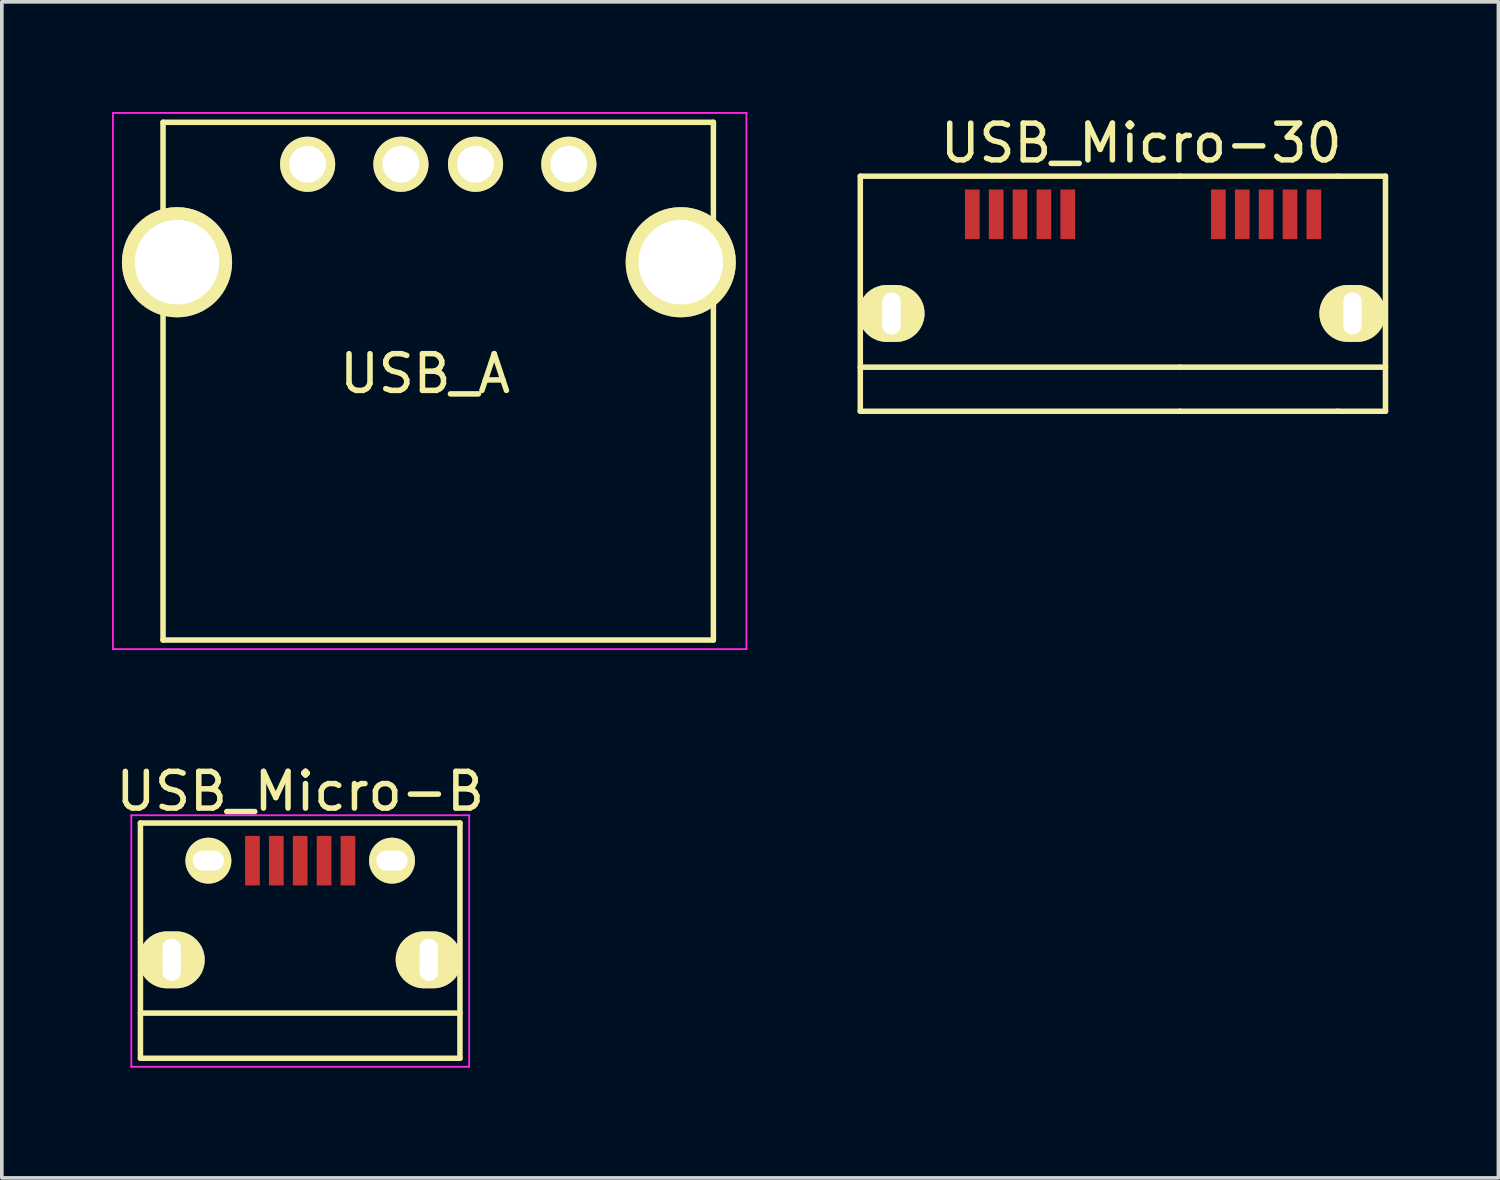
<source format=kicad_pcb>
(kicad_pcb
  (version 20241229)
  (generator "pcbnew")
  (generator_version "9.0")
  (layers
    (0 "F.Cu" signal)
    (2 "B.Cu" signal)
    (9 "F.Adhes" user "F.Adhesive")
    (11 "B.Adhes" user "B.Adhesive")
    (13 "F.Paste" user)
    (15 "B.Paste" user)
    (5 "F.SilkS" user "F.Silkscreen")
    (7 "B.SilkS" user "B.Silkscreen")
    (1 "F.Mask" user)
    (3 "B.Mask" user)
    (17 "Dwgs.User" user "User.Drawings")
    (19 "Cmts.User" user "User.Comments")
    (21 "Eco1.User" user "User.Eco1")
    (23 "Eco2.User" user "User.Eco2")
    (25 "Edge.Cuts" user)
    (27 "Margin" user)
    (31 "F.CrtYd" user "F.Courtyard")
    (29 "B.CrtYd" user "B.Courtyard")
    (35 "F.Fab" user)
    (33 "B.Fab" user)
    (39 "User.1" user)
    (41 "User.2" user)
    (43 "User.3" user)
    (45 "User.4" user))
  (footprint "USB_Micro-B"
    (layer "F.Cu")
    (at 5.125 21.948)
    (property "Reference" "USB_Micro-B" (at 0 -3.45 0) (layer "F.SilkS") (effects (font (size 1 1) (thickness 0.15))))
    (attr smd)
    (fp_line (start -4.351 -2.588) (end 4.349 -2.588) (stroke (width 0.15) (type solid)) (layer "F.SilkS"))
    (fp_line (start -4.351 3.817) (end -4.351 -2.588) (stroke (width 0.15) (type solid)) (layer "F.SilkS"))
    (fp_line (start -4.351 3.817) (end 4.349 3.817) (stroke (width 0.15) (type solid)) (layer "F.SilkS"))
    (fp_line (start 4.349 -2.588) (end 4.349 3.817) (stroke (width 0.15) (type solid)) (layer "F.SilkS"))
    (fp_line (start 4.349 2.587) (end -4.351 2.587) (stroke (width 0.15) (type solid)) (layer "F.SilkS"))
    (fp_line (start -4.6 -2.8) (end 4.6 -2.8) (stroke (width 0.05) (type solid)) (layer "F.CrtYd"))
    (fp_line (start -4.6 4.05) (end -4.6 -2.8) (stroke (width 0.05) (type solid)) (layer "F.CrtYd"))
    (fp_line (start 4.6 -2.8) (end 4.6 4.05) (stroke (width 0.05) (type solid)) (layer "F.CrtYd"))
    (fp_line (start 4.6 4.05) (end -4.6 4.05) (stroke (width 0.05) (type solid)) (layer "F.CrtYd"))
    (pad "1" smd rect (at -1.301 -1.563 90) (size 1.35 0.4) (layers "F.Cu" "F.Mask" "F.Paste"))
    (pad "2" smd rect (at -0.651 -1.563 90) (size 1.35 0.4) (layers "F.Cu" "F.Mask" "F.Paste"))
    (pad "3" smd rect (at -0.001 -1.563 90) (size 1.35 0.4) (layers "F.Cu" "F.Mask" "F.Paste"))
    (pad "4" smd rect (at 0.649 -1.563 90) (size 1.35 0.4) (layers "F.Cu" "F.Mask" "F.Paste"))
    (pad "5" smd rect (at 1.299 -1.563 90) (size 1.35 0.4) (layers "F.Cu" "F.Mask" "F.Paste"))
    (pad "6" thru_hole oval (at 2.499 -1.563 90) (size 1.25 1.25) (drill oval 0.55 0.85) (layers "*.Cu" "*.Mask" "F.SilkS"))
    (pad "7" thru_hole oval (at 3.499 1.137 90) (size 1.55 1.8) (drill oval 1.15 0.5) (layers "*.Cu" "*.Mask" "F.SilkS"))
    (pad "8" thru_hole oval (at -3.501 1.137 90) (size 1.55 1.8) (drill oval 1.15 0.5) (layers "*.Cu" "*.Mask" "F.SilkS"))
    (pad "9" thru_hole oval (at -2.501 -1.563 90) (size 1.25 1.25) (drill oval 0.55 0.85) (layers "*.Cu" "*.Mask" "F.SilkS")))
  (footprint "USB_A"
    (layer "F.Cu")
    (at 5.325 1.425)
    (property "Reference" "USB_A" (at 3.2 5.7 0) (layer "F.SilkS") (effects (font (size 1 1) (thickness 0.15))))
    (attr through_hole)
    (fp_line (start -3.936 12.952) (end -3.936 -1.145) (stroke (width 0.15) (type solid)) (layer "F.SilkS"))
    (fp_line (start 11.05 -1.145) (end -3.936 -1.145) (stroke (width 0.15) (type solid)) (layer "F.SilkS"))
    (fp_line (start 11.05 -1.145) (end 11.05 12.952) (stroke (width 0.15) (type solid)) (layer "F.SilkS"))
    (fp_line (start 11.05 12.952) (end -3.936 12.952) (stroke (width 0.15) (type solid)) (layer "F.SilkS"))
    (fp_line (start -5.3 -1.4) (end 11.95 -1.4) (stroke (width 0.05) (type solid)) (layer "F.CrtYd"))
    (fp_line (start -5.3 13.2) (end -5.3 -1.4) (stroke (width 0.05) (type solid)) (layer "F.CrtYd"))
    (fp_line (start -5.3 13.2) (end 11.95 13.2) (stroke (width 0.05) (type solid)) (layer "F.CrtYd"))
    (fp_line (start 11.95 -1.4) (end 11.95 13.2) (stroke (width 0.05) (type solid)) (layer "F.CrtYd"))
    (pad "1" thru_hole circle (at 0.001 -0.002 270) (size 1.501 1.501) (drill 1.001) (layers "*.Cu" "*.Mask" "F.SilkS"))
    (pad "2" thru_hole circle (at 2.541 -0.002 270) (size 1.501 1.501) (drill 1.001) (layers "*.Cu" "*.Mask" "F.SilkS"))
    (pad "3" thru_hole circle (at 4.573 -0.002 270) (size 1.501 1.501) (drill 1.001) (layers "*.Cu" "*.Mask" "F.SilkS"))
    (pad "4" thru_hole circle (at 7.113 -0.002 270) (size 1.501 1.501) (drill 1.001) (layers "*.Cu" "*.Mask" "F.SilkS"))
    (pad "5" thru_hole circle (at 10.161 2.665 270) (size 3 3) (drill 2.301) (layers "*.Cu" "*.Mask" "F.SilkS"))
    (pad "6" thru_hole circle (at -3.555 2.665 270) (size 3 3) (drill 2.301) (layers "*.Cu" "*.Mask" "F.SilkS")))
  (footprint "USB_Micro-30"
    (layer "F.Cu")
    (at 24.725 4.348)
    (property "Reference" "USB_Micro-30" (at 3.3 -3.5 0) (layer "F.SilkS") (effects (font (size 1 1) (thickness 0.15))))
    (attr smd)
    (fp_line (start -4.35 3.8) (end -4.35 -2.6) (stroke (width 0.15) (type solid)) (layer "F.SilkS"))
    (fp_line (start 4.35 -2.6) (end -4.35 -2.6) (stroke (width 0.15) (type solid)) (layer "F.SilkS"))
    (fp_line (start 4.35 -2.6) (end 8.65 -2.6) (stroke (width 0.15) (type solid)) (layer "F.SilkS"))
    (fp_line (start 4.35 2.6) (end -4.35 2.6) (stroke (width 0.15) (type solid)) (layer "F.SilkS"))
    (fp_line (start 4.35 2.6) (end 9.95 2.6) (stroke (width 0.15) (type solid)) (layer "F.SilkS"))
    (fp_line (start 4.35 3.8) (end -4.35 3.8) (stroke (width 0.15) (type solid)) (layer "F.SilkS"))
    (fp_line (start 8.65 -2.6) (end 9.95 -2.6) (stroke (width 0.15) (type solid)) (layer "F.SilkS"))
    (fp_line (start 8.65 3.8) (end 4.35 3.8) (stroke (width 0.15) (type solid)) (layer "F.SilkS"))
    (fp_line (start 9.95 -2.6) (end 9.95 3.8) (stroke (width 0.15) (type solid)) (layer "F.SilkS"))
    (fp_line (start 9.95 3.8) (end 8.65 3.8) (stroke (width 0.15) (type solid)) (layer "F.SilkS"))
    (pad "1" smd rect (at -1.301 -1.563 90) (size 1.35 0.4) (layers "F.Cu" "F.Mask" "F.Paste"))
    (pad "2" smd rect (at -0.651 -1.563 90) (size 1.35 0.4) (layers "F.Cu" "F.Mask" "F.Paste"))
    (pad "3" smd rect (at -0.001 -1.563 90) (size 1.35 0.4) (layers "F.Cu" "F.Mask" "F.Paste"))
    (pad "4" smd rect (at 0.649 -1.563 90) (size 1.35 0.4) (layers "F.Cu" "F.Mask" "F.Paste"))
    (pad "5" smd rect (at 1.299 -1.563 90) (size 1.35 0.4) (layers "F.Cu" "F.Mask" "F.Paste"))
    (pad "6" smd rect (at 5.4 -1.563 90) (size 1.35 0.4) (layers "F.Cu" "F.Mask" "F.Paste"))
    (pad "7" smd rect (at 6.05 -1.563 90) (size 1.35 0.4) (layers "F.Cu" "F.Mask" "F.Paste"))
    (pad "8" smd rect (at 6.7 -1.563 90) (size 1.35 0.4) (layers "F.Cu" "F.Mask" "F.Paste"))
    (pad "9" smd rect (at 7.35 -1.563 90) (size 1.35 0.4) (layers "F.Cu" "F.Mask" "F.Paste"))
    (pad "10" smd rect (at 8 -1.563 90) (size 1.35 0.4) (layers "F.Cu" "F.Mask" "F.Paste"))
    (pad "11" thru_hole oval (at 9.05 1.137 90) (size 1.55 1.8) (drill oval 1.15 0.5) (layers "*.Cu" "*.Mask" "F.SilkS"))
    (pad "12" thru_hole oval (at -3.501 1.137 90) (size 1.55 1.8) (drill oval 1.15 0.5) (layers "*.Cu" "*.Mask" "F.SilkS")))
  (gr_rect
    (start -3 -3)
    (end 37.75 29.023)
    (stroke (width 0.1) (type default))
    (fill no)
    (layer "Edge.Cuts")))
</source>
